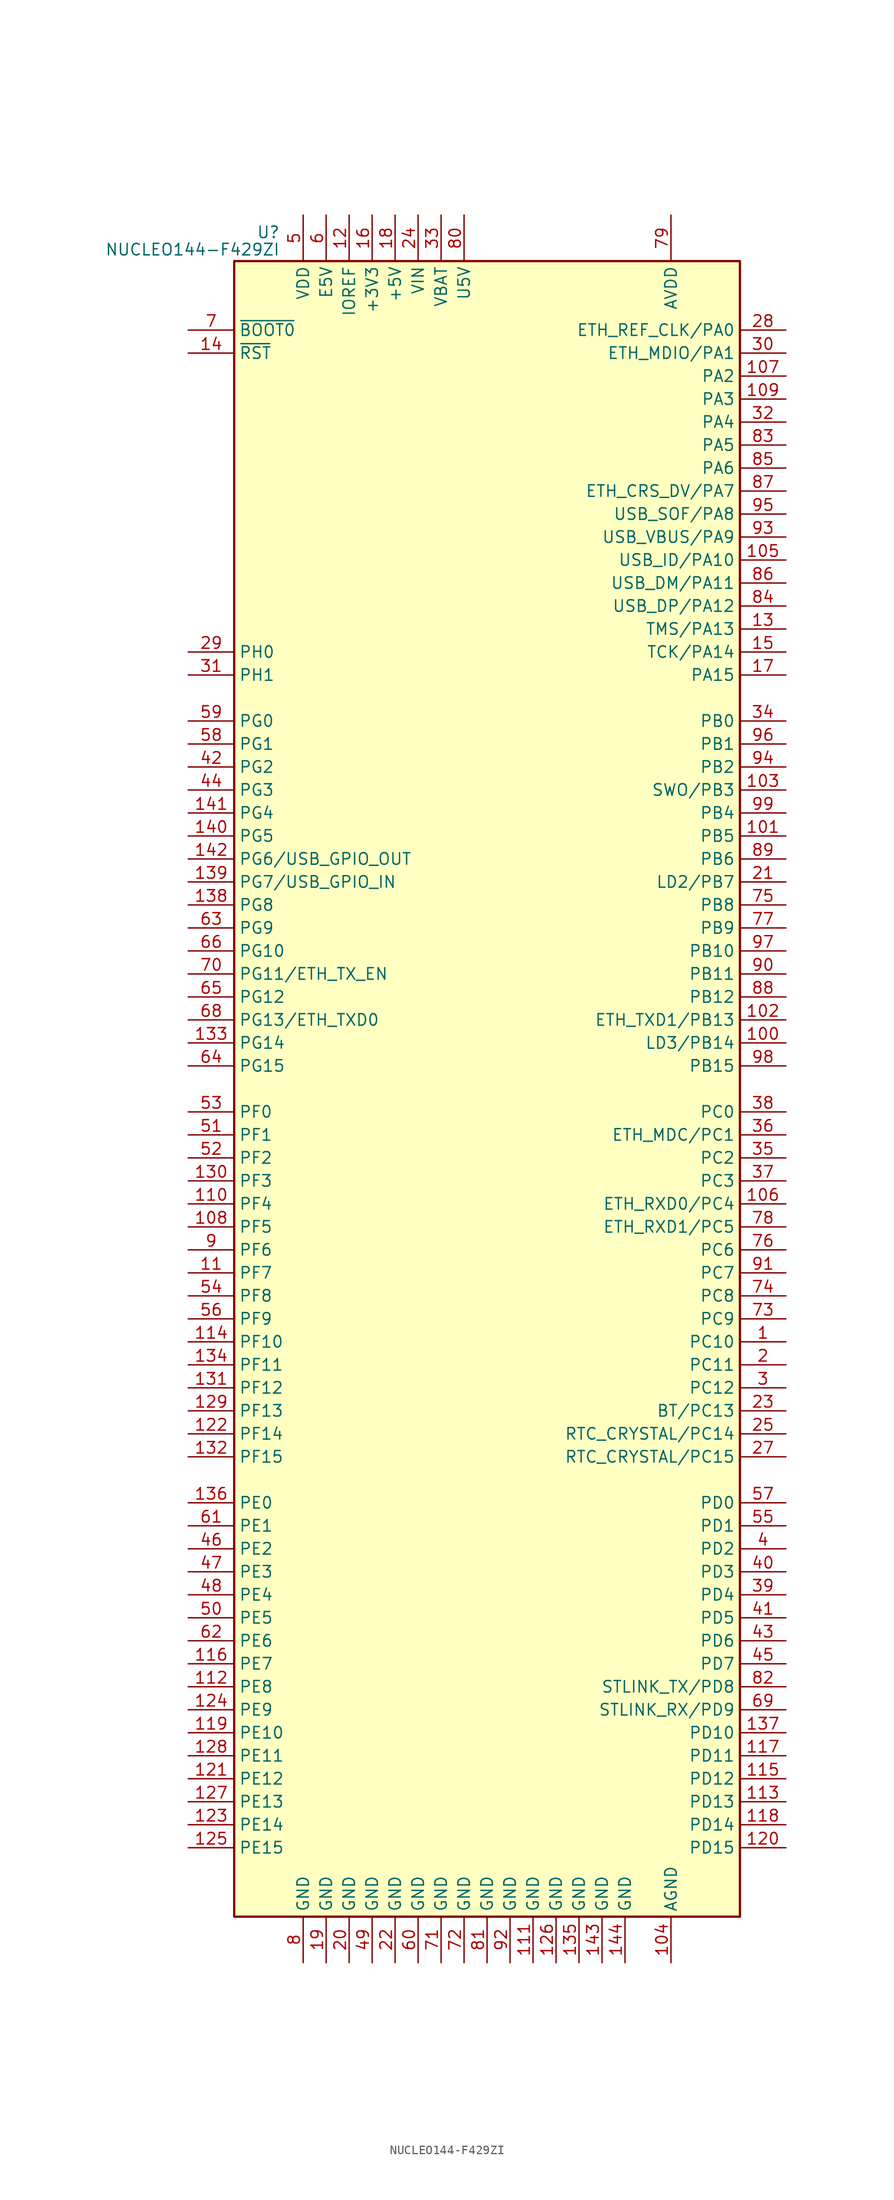
<source format=kicad_sym>
(kicad_symbol_lib
  (version 20231120)
  (generator "kicad_symbol_editor")
  (generator_version "8.0")
  (symbol "NUCLEO144-F429ZI"
    (property "Reference" "U"
      (at -22.86 94.615 0)
      (effects (font (size 1.27 1.27)) (justify right)))
    (property "Value" "NUCLEO144-F429ZI"
      (at -22.86 92.71 0)
      (effects (font (size 1.27 1.27)) (justify right)))
    (symbol "NUCLEO144-F429ZI_0_1"
      (rectangle (start -27.94 -91.44) (end 27.94 91.44) (stroke (width 0.254) (type default)) (fill (type background))))
    (symbol "NUCLEO144-F429ZI_1_1"
      (pin bidirectional line (at 33.02 -27.94 180) (length 5.08) (name "PC10" (effects (font (size 1.27 1.27)))) (number "1" (effects (font (size 1.27 1.27)))))
      (pin no_connect line (at -27.94 55.88 0) (length 5.08) hide (name "NC" (effects (font (size 1.27 1.27)))) (number "10" (effects (font (size 1.27 1.27)))))
      (pin bidirectional line (at 33.02 5.08 180) (length 5.08) (name "LD3/PB14" (effects (font (size 1.27 1.27)))) (number "100" (effects (font (size 1.27 1.27)))))
      (pin bidirectional line (at 33.02 27.94 180) (length 5.08) (name "PB5" (effects (font (size 1.27 1.27)))) (number "101" (effects (font (size 1.27 1.27)))))
      (pin bidirectional line (at 33.02 7.62 180) (length 5.08) (name "ETH_TXD1/PB13" (effects (font (size 1.27 1.27)))) (number "102" (effects (font (size 1.27 1.27)))))
      (pin bidirectional line (at 33.02 33.02 180) (length 5.08) (name "SWO/PB3" (effects (font (size 1.27 1.27)))) (number "103" (effects (font (size 1.27 1.27)))))
      (pin power_in line (at 20.32 -96.52 90) (length 5.08) (name "AGND" (effects (font (size 1.27 1.27)))) (number "104" (effects (font (size 1.27 1.27)))))
      (pin bidirectional line (at 33.02 58.42 180) (length 5.08) (name "USB_ID/PA10" (effects (font (size 1.27 1.27)))) (number "105" (effects (font (size 1.27 1.27)))))
      (pin bidirectional line (at 33.02 -12.7 180) (length 5.08) (name "ETH_RXD0/PC4" (effects (font (size 1.27 1.27)))) (number "106" (effects (font (size 1.27 1.27)))))
      (pin bidirectional line (at 33.02 78.74 180) (length 5.08) (name "PA2" (effects (font (size 1.27 1.27)))) (number "107" (effects (font (size 1.27 1.27)))))
      (pin bidirectional line (at -33.02 -15.24 0) (length 5.08) (name "PF5" (effects (font (size 1.27 1.27)))) (number "108" (effects (font (size 1.27 1.27)))))
      (pin bidirectional line (at 33.02 76.2 180) (length 5.08) (name "PA3" (effects (font (size 1.27 1.27)))) (number "109" (effects (font (size 1.27 1.27)))))
      (pin bidirectional line (at -33.02 -20.32 0) (length 5.08) (name "PF7" (effects (font (size 1.27 1.27)))) (number "11" (effects (font (size 1.27 1.27)))))
      (pin bidirectional line (at -33.02 -12.7 0) (length 5.08) (name "PF4" (effects (font (size 1.27 1.27)))) (number "110" (effects (font (size 1.27 1.27)))))
      (pin power_in line (at 5.08 -96.52 90) (length 5.08) (name "GND" (effects (font (size 1.27 1.27)))) (number "111" (effects (font (size 1.27 1.27)))))
      (pin bidirectional line (at -33.02 -66.04 0) (length 5.08) (name "PE8" (effects (font (size 1.27 1.27)))) (number "112" (effects (font (size 1.27 1.27)))))
      (pin bidirectional line (at 33.02 -78.74 180) (length 5.08) (name "PD13" (effects (font (size 1.27 1.27)))) (number "113" (effects (font (size 1.27 1.27)))))
      (pin bidirectional line (at -33.02 -27.94 0) (length 5.08) (name "PF10" (effects (font (size 1.27 1.27)))) (number "114" (effects (font (size 1.27 1.27)))))
      (pin bidirectional line (at 33.02 -76.2 180) (length 5.08) (name "PD12" (effects (font (size 1.27 1.27)))) (number "115" (effects (font (size 1.27 1.27)))))
      (pin bidirectional line (at -33.02 -63.5 0) (length 5.08) (name "PE7" (effects (font (size 1.27 1.27)))) (number "116" (effects (font (size 1.27 1.27)))))
      (pin bidirectional line (at 33.02 -73.66 180) (length 5.08) (name "PD11" (effects (font (size 1.27 1.27)))) (number "117" (effects (font (size 1.27 1.27)))))
      (pin bidirectional line (at 33.02 -81.28 180) (length 5.08) (name "PD14" (effects (font (size 1.27 1.27)))) (number "118" (effects (font (size 1.27 1.27)))))
      (pin bidirectional line (at -33.02 -71.12 0) (length 5.08) (name "PE10" (effects (font (size 1.27 1.27)))) (number "119" (effects (font (size 1.27 1.27)))))
      (pin power_in line (at -15.24 96.52 270) (length 5.08) (name "IOREF" (effects (font (size 1.27 1.27)))) (number "12" (effects (font (size 1.27 1.27)))))
      (pin bidirectional line (at 33.02 -83.82 180) (length 5.08) (name "PD15" (effects (font (size 1.27 1.27)))) (number "120" (effects (font (size 1.27 1.27)))))
      (pin bidirectional line (at -33.02 -76.2 0) (length 5.08) (name "PE12" (effects (font (size 1.27 1.27)))) (number "121" (effects (font (size 1.27 1.27)))))
      (pin bidirectional line (at -33.02 -38.1 0) (length 5.08) (name "PF14" (effects (font (size 1.27 1.27)))) (number "122" (effects (font (size 1.27 1.27)))))
      (pin bidirectional line (at -33.02 -81.28 0) (length 5.08) (name "PE14" (effects (font (size 1.27 1.27)))) (number "123" (effects (font (size 1.27 1.27)))))
      (pin bidirectional line (at -33.02 -68.58 0) (length 5.08) (name "PE9" (effects (font (size 1.27 1.27)))) (number "124" (effects (font (size 1.27 1.27)))))
      (pin bidirectional line (at -33.02 -83.82 0) (length 5.08) (name "PE15" (effects (font (size 1.27 1.27)))) (number "125" (effects (font (size 1.27 1.27)))))
      (pin power_in line (at 7.62 -96.52 90) (length 5.08) (name "GND" (effects (font (size 1.27 1.27)))) (number "126" (effects (font (size 1.27 1.27)))))
      (pin bidirectional line (at -33.02 -78.74 0) (length 5.08) (name "PE13" (effects (font (size 1.27 1.27)))) (number "127" (effects (font (size 1.27 1.27)))))
      (pin bidirectional line (at -33.02 -73.66 0) (length 5.08) (name "PE11" (effects (font (size 1.27 1.27)))) (number "128" (effects (font (size 1.27 1.27)))))
      (pin bidirectional line (at -33.02 -35.56 0) (length 5.08) (name "PF13" (effects (font (size 1.27 1.27)))) (number "129" (effects (font (size 1.27 1.27)))))
      (pin bidirectional line (at 33.02 50.8 180) (length 5.08) (name "TMS/PA13" (effects (font (size 1.27 1.27)))) (number "13" (effects (font (size 1.27 1.27)))))
      (pin bidirectional line (at -33.02 -10.16 0) (length 5.08) (name "PF3" (effects (font (size 1.27 1.27)))) (number "130" (effects (font (size 1.27 1.27)))))
      (pin bidirectional line (at -33.02 -33.02 0) (length 5.08) (name "PF12" (effects (font (size 1.27 1.27)))) (number "131" (effects (font (size 1.27 1.27)))))
      (pin bidirectional line (at -33.02 -40.64 0) (length 5.08) (name "PF15" (effects (font (size 1.27 1.27)))) (number "132" (effects (font (size 1.27 1.27)))))
      (pin bidirectional line (at -33.02 5.08 0) (length 5.08) (name "PG14" (effects (font (size 1.27 1.27)))) (number "133" (effects (font (size 1.27 1.27)))))
      (pin bidirectional line (at -33.02 -30.48 0) (length 5.08) (name "PF11" (effects (font (size 1.27 1.27)))) (number "134" (effects (font (size 1.27 1.27)))))
      (pin power_in line (at 10.16 -96.52 90) (length 5.08) (name "GND" (effects (font (size 1.27 1.27)))) (number "135" (effects (font (size 1.27 1.27)))))
      (pin bidirectional line (at -33.02 -45.72 0) (length 5.08) (name "PE0" (effects (font (size 1.27 1.27)))) (number "136" (effects (font (size 1.27 1.27)))))
      (pin bidirectional line (at 33.02 -71.12 180) (length 5.08) (name "PD10" (effects (font (size 1.27 1.27)))) (number "137" (effects (font (size 1.27 1.27)))))
      (pin bidirectional line (at -33.02 20.32 0) (length 5.08) (name "PG8" (effects (font (size 1.27 1.27)))) (number "138" (effects (font (size 1.27 1.27)))))
      (pin bidirectional line (at -33.02 22.86 0) (length 5.08) (name "PG7/USB_GPIO_IN" (effects (font (size 1.27 1.27)))) (number "139" (effects (font (size 1.27 1.27)))))
      (pin input line (at -33.02 81.28 0) (length 5.08) (name "~{RST}" (effects (font (size 1.27 1.27)))) (number "14" (effects (font (size 1.27 1.27)))))
      (pin bidirectional line (at -33.02 27.94 0) (length 5.08) (name "PG5" (effects (font (size 1.27 1.27)))) (number "140" (effects (font (size 1.27 1.27)))))
      (pin bidirectional line (at -33.02 30.48 0) (length 5.08) (name "PG4" (effects (font (size 1.27 1.27)))) (number "141" (effects (font (size 1.27 1.27)))))
      (pin bidirectional line (at -33.02 25.4 0) (length 5.08) (name "PG6/USB_GPIO_OUT" (effects (font (size 1.27 1.27)))) (number "142" (effects (font (size 1.27 1.27)))))
      (pin power_in line (at 12.7 -96.52 90) (length 5.08) (name "GND" (effects (font (size 1.27 1.27)))) (number "143" (effects (font (size 1.27 1.27)))))
      (pin power_in line (at 15.24 -96.52 90) (length 5.08) (name "GND" (effects (font (size 1.27 1.27)))) (number "144" (effects (font (size 1.27 1.27)))))
      (pin bidirectional line (at 33.02 48.26 180) (length 5.08) (name "TCK/PA14" (effects (font (size 1.27 1.27)))) (number "15" (effects (font (size 1.27 1.27)))))
      (pin power_in line (at -12.7 96.52 270) (length 5.08) (name "+3V3" (effects (font (size 1.27 1.27)))) (number "16" (effects (font (size 1.27 1.27)))))
      (pin bidirectional line (at 33.02 45.72 180) (length 5.08) (name "PA15" (effects (font (size 1.27 1.27)))) (number "17" (effects (font (size 1.27 1.27)))))
      (pin power_in line (at -10.16 96.52 270) (length 5.08) (name "+5V" (effects (font (size 1.27 1.27)))) (number "18" (effects (font (size 1.27 1.27)))))
      (pin power_in line (at -17.78 -96.52 90) (length 5.08) (name "GND" (effects (font (size 1.27 1.27)))) (number "19" (effects (font (size 1.27 1.27)))))
      (pin bidirectional line (at 33.02 -30.48 180) (length 5.08) (name "PC11" (effects (font (size 1.27 1.27)))) (number "2" (effects (font (size 1.27 1.27)))))
      (pin power_in line (at -15.24 -96.52 90) (length 5.08) (name "GND" (effects (font (size 1.27 1.27)))) (number "20" (effects (font (size 1.27 1.27)))))
      (pin bidirectional line (at 33.02 22.86 180) (length 5.08) (name "LD2/PB7" (effects (font (size 1.27 1.27)))) (number "21" (effects (font (size 1.27 1.27)))))
      (pin power_in line (at -10.16 -96.52 90) (length 5.08) (name "GND" (effects (font (size 1.27 1.27)))) (number "22" (effects (font (size 1.27 1.27)))))
      (pin bidirectional line (at 33.02 -35.56 180) (length 5.08) (name "BT/PC13" (effects (font (size 1.27 1.27)))) (number "23" (effects (font (size 1.27 1.27)))))
      (pin power_in line (at -7.62 96.52 270) (length 5.08) (name "VIN" (effects (font (size 1.27 1.27)))) (number "24" (effects (font (size 1.27 1.27)))))
      (pin bidirectional line (at 33.02 -38.1 180) (length 5.08) (name "RTC_CRYSTAL/PC14" (effects (font (size 1.27 1.27)))) (number "25" (effects (font (size 1.27 1.27)))))
      (pin no_connect line (at -27.94 58.42 0) (length 5.08) hide (name "NC" (effects (font (size 1.27 1.27)))) (number "26" (effects (font (size 1.27 1.27)))))
      (pin bidirectional line (at 33.02 -40.64 180) (length 5.08) (name "RTC_CRYSTAL/PC15" (effects (font (size 1.27 1.27)))) (number "27" (effects (font (size 1.27 1.27)))))
      (pin bidirectional line (at 33.02 83.82 180) (length 5.08) (name "ETH_REF_CLK/PA0" (effects (font (size 1.27 1.27)))) (number "28" (effects (font (size 1.27 1.27)))))
      (pin bidirectional line (at -33.02 48.26 0) (length 5.08) (name "PH0" (effects (font (size 1.27 1.27)))) (number "29" (effects (font (size 1.27 1.27)))))
      (pin bidirectional line (at 33.02 -33.02 180) (length 5.08) (name "PC12" (effects (font (size 1.27 1.27)))) (number "3" (effects (font (size 1.27 1.27)))))
      (pin bidirectional line (at 33.02 81.28 180) (length 5.08) (name "ETH_MDIO/PA1" (effects (font (size 1.27 1.27)))) (number "30" (effects (font (size 1.27 1.27)))))
      (pin bidirectional line (at -33.02 45.72 0) (length 5.08) (name "PH1" (effects (font (size 1.27 1.27)))) (number "31" (effects (font (size 1.27 1.27)))))
      (pin bidirectional line (at 33.02 73.66 180) (length 5.08) (name "PA4" (effects (font (size 1.27 1.27)))) (number "32" (effects (font (size 1.27 1.27)))))
      (pin power_in line (at -5.08 96.52 270) (length 5.08) (name "VBAT" (effects (font (size 1.27 1.27)))) (number "33" (effects (font (size 1.27 1.27)))))
      (pin bidirectional line (at 33.02 40.64 180) (length 5.08) (name "PB0" (effects (font (size 1.27 1.27)))) (number "34" (effects (font (size 1.27 1.27)))))
      (pin bidirectional line (at 33.02 -7.62 180) (length 5.08) (name "PC2" (effects (font (size 1.27 1.27)))) (number "35" (effects (font (size 1.27 1.27)))))
      (pin bidirectional line (at 33.02 -5.08 180) (length 5.08) (name "ETH_MDC/PC1" (effects (font (size 1.27 1.27)))) (number "36" (effects (font (size 1.27 1.27)))))
      (pin bidirectional line (at 33.02 -10.16 180) (length 5.08) (name "PC3" (effects (font (size 1.27 1.27)))) (number "37" (effects (font (size 1.27 1.27)))))
      (pin bidirectional line (at 33.02 -2.54 180) (length 5.08) (name "PC0" (effects (font (size 1.27 1.27)))) (number "38" (effects (font (size 1.27 1.27)))))
      (pin bidirectional line (at 33.02 -55.88 180) (length 5.08) (name "PD4" (effects (font (size 1.27 1.27)))) (number "39" (effects (font (size 1.27 1.27)))))
      (pin bidirectional line (at 33.02 -50.8 180) (length 5.08) (name "PD2" (effects (font (size 1.27 1.27)))) (number "4" (effects (font (size 1.27 1.27)))))
      (pin bidirectional line (at 33.02 -53.34 180) (length 5.08) (name "PD3" (effects (font (size 1.27 1.27)))) (number "40" (effects (font (size 1.27 1.27)))))
      (pin bidirectional line (at 33.02 -58.42 180) (length 5.08) (name "PD5" (effects (font (size 1.27 1.27)))) (number "41" (effects (font (size 1.27 1.27)))))
      (pin bidirectional line (at -33.02 35.56 0) (length 5.08) (name "PG2" (effects (font (size 1.27 1.27)))) (number "42" (effects (font (size 1.27 1.27)))))
      (pin bidirectional line (at 33.02 -60.96 180) (length 5.08) (name "PD6" (effects (font (size 1.27 1.27)))) (number "43" (effects (font (size 1.27 1.27)))))
      (pin bidirectional line (at -33.02 33.02 0) (length 5.08) (name "PG3" (effects (font (size 1.27 1.27)))) (number "44" (effects (font (size 1.27 1.27)))))
      (pin bidirectional line (at 33.02 -63.5 180) (length 5.08) (name "PD7" (effects (font (size 1.27 1.27)))) (number "45" (effects (font (size 1.27 1.27)))))
      (pin bidirectional line (at -33.02 -50.8 0) (length 5.08) (name "PE2" (effects (font (size 1.27 1.27)))) (number "46" (effects (font (size 1.27 1.27)))))
      (pin bidirectional line (at -33.02 -53.34 0) (length 5.08) (name "PE3" (effects (font (size 1.27 1.27)))) (number "47" (effects (font (size 1.27 1.27)))))
      (pin bidirectional line (at -33.02 -55.88 0) (length 5.08) (name "PE4" (effects (font (size 1.27 1.27)))) (number "48" (effects (font (size 1.27 1.27)))))
      (pin power_in line (at -12.7 -96.52 90) (length 5.08) (name "GND" (effects (font (size 1.27 1.27)))) (number "49" (effects (font (size 1.27 1.27)))))
      (pin power_in line (at -20.32 96.52 270) (length 5.08) (name "VDD" (effects (font (size 1.27 1.27)))) (number "5" (effects (font (size 1.27 1.27)))))
      (pin bidirectional line (at -33.02 -58.42 0) (length 5.08) (name "PE5" (effects (font (size 1.27 1.27)))) (number "50" (effects (font (size 1.27 1.27)))))
      (pin bidirectional line (at -33.02 -5.08 0) (length 5.08) (name "PF1" (effects (font (size 1.27 1.27)))) (number "51" (effects (font (size 1.27 1.27)))))
      (pin bidirectional line (at -33.02 -7.62 0) (length 5.08) (name "PF2" (effects (font (size 1.27 1.27)))) (number "52" (effects (font (size 1.27 1.27)))))
      (pin bidirectional line (at -33.02 -2.54 0) (length 5.08) (name "PF0" (effects (font (size 1.27 1.27)))) (number "53" (effects (font (size 1.27 1.27)))))
      (pin bidirectional line (at -33.02 -22.86 0) (length 5.08) (name "PF8" (effects (font (size 1.27 1.27)))) (number "54" (effects (font (size 1.27 1.27)))))
      (pin bidirectional line (at 33.02 -48.26 180) (length 5.08) (name "PD1" (effects (font (size 1.27 1.27)))) (number "55" (effects (font (size 1.27 1.27)))))
      (pin bidirectional line (at -33.02 -25.4 0) (length 5.08) (name "PF9" (effects (font (size 1.27 1.27)))) (number "56" (effects (font (size 1.27 1.27)))))
      (pin bidirectional line (at 33.02 -45.72 180) (length 5.08) (name "PD0" (effects (font (size 1.27 1.27)))) (number "57" (effects (font (size 1.27 1.27)))))
      (pin bidirectional line (at -33.02 38.1 0) (length 5.08) (name "PG1" (effects (font (size 1.27 1.27)))) (number "58" (effects (font (size 1.27 1.27)))))
      (pin bidirectional line (at -33.02 40.64 0) (length 5.08) (name "PG0" (effects (font (size 1.27 1.27)))) (number "59" (effects (font (size 1.27 1.27)))))
      (pin power_in line (at -17.78 96.52 270) (length 5.08) (name "E5V" (effects (font (size 1.27 1.27)))) (number "6" (effects (font (size 1.27 1.27)))))
      (pin power_in line (at -7.62 -96.52 90) (length 5.08) (name "GND" (effects (font (size 1.27 1.27)))) (number "60" (effects (font (size 1.27 1.27)))))
      (pin bidirectional line (at -33.02 -48.26 0) (length 5.08) (name "PE1" (effects (font (size 1.27 1.27)))) (number "61" (effects (font (size 1.27 1.27)))))
      (pin bidirectional line (at -33.02 -60.96 0) (length 5.08) (name "PE6" (effects (font (size 1.27 1.27)))) (number "62" (effects (font (size 1.27 1.27)))))
      (pin bidirectional line (at -33.02 17.78 0) (length 5.08) (name "PG9" (effects (font (size 1.27 1.27)))) (number "63" (effects (font (size 1.27 1.27)))))
      (pin bidirectional line (at -33.02 2.54 0) (length 5.08) (name "PG15" (effects (font (size 1.27 1.27)))) (number "64" (effects (font (size 1.27 1.27)))))
      (pin bidirectional line (at -33.02 10.16 0) (length 5.08) (name "PG12" (effects (font (size 1.27 1.27)))) (number "65" (effects (font (size 1.27 1.27)))))
      (pin bidirectional line (at -33.02 15.24 0) (length 5.08) (name "PG10" (effects (font (size 1.27 1.27)))) (number "66" (effects (font (size 1.27 1.27)))))
      (pin no_connect line (at -27.94 53.34 0) (length 5.08) hide (name "NC" (effects (font (size 1.27 1.27)))) (number "67" (effects (font (size 1.27 1.27)))))
      (pin bidirectional line (at -33.02 7.62 0) (length 5.08) (name "PG13/ETH_TXD0" (effects (font (size 1.27 1.27)))) (number "68" (effects (font (size 1.27 1.27)))))
      (pin bidirectional line (at 33.02 -68.58 180) (length 5.08) (name "STLINK_RX/PD9" (effects (font (size 1.27 1.27)))) (number "69" (effects (font (size 1.27 1.27)))))
      (pin input line (at -33.02 83.82 0) (length 5.08) (name "~{BOOT0}" (effects (font (size 1.27 1.27)))) (number "7" (effects (font (size 1.27 1.27)))))
      (pin bidirectional line (at -33.02 12.7 0) (length 5.08) (name "PG11/ETH_TX_EN" (effects (font (size 1.27 1.27)))) (number "70" (effects (font (size 1.27 1.27)))))
      (pin power_in line (at -5.08 -96.52 90) (length 5.08) (name "GND" (effects (font (size 1.27 1.27)))) (number "71" (effects (font (size 1.27 1.27)))))
      (pin power_in line (at -2.54 -96.52 90) (length 5.08) (name "GND" (effects (font (size 1.27 1.27)))) (number "72" (effects (font (size 1.27 1.27)))))
      (pin bidirectional line (at 33.02 -25.4 180) (length 5.08) (name "PC9" (effects (font (size 1.27 1.27)))) (number "73" (effects (font (size 1.27 1.27)))))
      (pin bidirectional line (at 33.02 -22.86 180) (length 5.08) (name "PC8" (effects (font (size 1.27 1.27)))) (number "74" (effects (font (size 1.27 1.27)))))
      (pin bidirectional line (at 33.02 20.32 180) (length 5.08) (name "PB8" (effects (font (size 1.27 1.27)))) (number "75" (effects (font (size 1.27 1.27)))))
      (pin bidirectional line (at 33.02 -17.78 180) (length 5.08) (name "PC6" (effects (font (size 1.27 1.27)))) (number "76" (effects (font (size 1.27 1.27)))))
      (pin bidirectional line (at 33.02 17.78 180) (length 5.08) (name "PB9" (effects (font (size 1.27 1.27)))) (number "77" (effects (font (size 1.27 1.27)))))
      (pin bidirectional line (at 33.02 -15.24 180) (length 5.08) (name "ETH_RXD1/PC5" (effects (font (size 1.27 1.27)))) (number "78" (effects (font (size 1.27 1.27)))))
      (pin power_in line (at 20.32 96.52 270) (length 5.08) (name "AVDD" (effects (font (size 1.27 1.27)))) (number "79" (effects (font (size 1.27 1.27)))))
      (pin power_in line (at -20.32 -96.52 90) (length 5.08) (name "GND" (effects (font (size 1.27 1.27)))) (number "8" (effects (font (size 1.27 1.27)))))
      (pin power_in line (at -2.54 96.52 270) (length 5.08) (name "U5V" (effects (font (size 1.27 1.27)))) (number "80" (effects (font (size 1.27 1.27)))))
      (pin power_in line (at 0 -96.52 90) (length 5.08) (name "GND" (effects (font (size 1.27 1.27)))) (number "81" (effects (font (size 1.27 1.27)))))
      (pin bidirectional line (at 33.02 -66.04 180) (length 5.08) (name "STLINK_TX/PD8" (effects (font (size 1.27 1.27)))) (number "82" (effects (font (size 1.27 1.27)))))
      (pin bidirectional line (at 33.02 71.12 180) (length 5.08) (name "PA5" (effects (font (size 1.27 1.27)))) (number "83" (effects (font (size 1.27 1.27)))))
      (pin bidirectional line (at 33.02 53.34 180) (length 5.08) (name "USB_DP/PA12" (effects (font (size 1.27 1.27)))) (number "84" (effects (font (size 1.27 1.27)))))
      (pin bidirectional line (at 33.02 68.58 180) (length 5.08) (name "PA6" (effects (font (size 1.27 1.27)))) (number "85" (effects (font (size 1.27 1.27)))))
      (pin bidirectional line (at 33.02 55.88 180) (length 5.08) (name "USB_DM/PA11" (effects (font (size 1.27 1.27)))) (number "86" (effects (font (size 1.27 1.27)))))
      (pin bidirectional line (at 33.02 66.04 180) (length 5.08) (name "ETH_CRS_DV/PA7" (effects (font (size 1.27 1.27)))) (number "87" (effects (font (size 1.27 1.27)))))
      (pin bidirectional line (at 33.02 10.16 180) (length 5.08) (name "PB12" (effects (font (size 1.27 1.27)))) (number "88" (effects (font (size 1.27 1.27)))))
      (pin bidirectional line (at 33.02 25.4 180) (length 5.08) (name "PB6" (effects (font (size 1.27 1.27)))) (number "89" (effects (font (size 1.27 1.27)))))
      (pin bidirectional line (at -33.02 -17.78 0) (length 5.08) (name "PF6" (effects (font (size 1.27 1.27)))) (number "9" (effects (font (size 1.27 1.27)))))
      (pin bidirectional line (at 33.02 12.7 180) (length 5.08) (name "PB11" (effects (font (size 1.27 1.27)))) (number "90" (effects (font (size 1.27 1.27)))))
      (pin bidirectional line (at 33.02 -20.32 180) (length 5.08) (name "PC7" (effects (font (size 1.27 1.27)))) (number "91" (effects (font (size 1.27 1.27)))))
      (pin power_in line (at 2.54 -96.52 90) (length 5.08) (name "GND" (effects (font (size 1.27 1.27)))) (number "92" (effects (font (size 1.27 1.27)))))
      (pin bidirectional line (at 33.02 60.96 180) (length 5.08) (name "USB_VBUS/PA9" (effects (font (size 1.27 1.27)))) (number "93" (effects (font (size 1.27 1.27)))))
      (pin bidirectional line (at 33.02 35.56 180) (length 5.08) (name "PB2" (effects (font (size 1.27 1.27)))) (number "94" (effects (font (size 1.27 1.27)))))
      (pin bidirectional line (at 33.02 63.5 180) (length 5.08) (name "USB_SOF/PA8" (effects (font (size 1.27 1.27)))) (number "95" (effects (font (size 1.27 1.27)))))
      (pin bidirectional line (at 33.02 38.1 180) (length 5.08) (name "PB1" (effects (font (size 1.27 1.27)))) (number "96" (effects (font (size 1.27 1.27)))))
      (pin bidirectional line (at 33.02 15.24 180) (length 5.08) (name "PB10" (effects (font (size 1.27 1.27)))) (number "97" (effects (font (size 1.27 1.27)))))
      (pin bidirectional line (at 33.02 2.54 180) (length 5.08) (name "PB15" (effects (font (size 1.27 1.27)))) (number "98" (effects (font (size 1.27 1.27)))))
      (pin bidirectional line (at 33.02 30.48 180) (length 5.08) (name "PB4" (effects (font (size 1.27 1.27)))) (number "99" (effects (font (size 1.27 1.27))))))))
</source>
